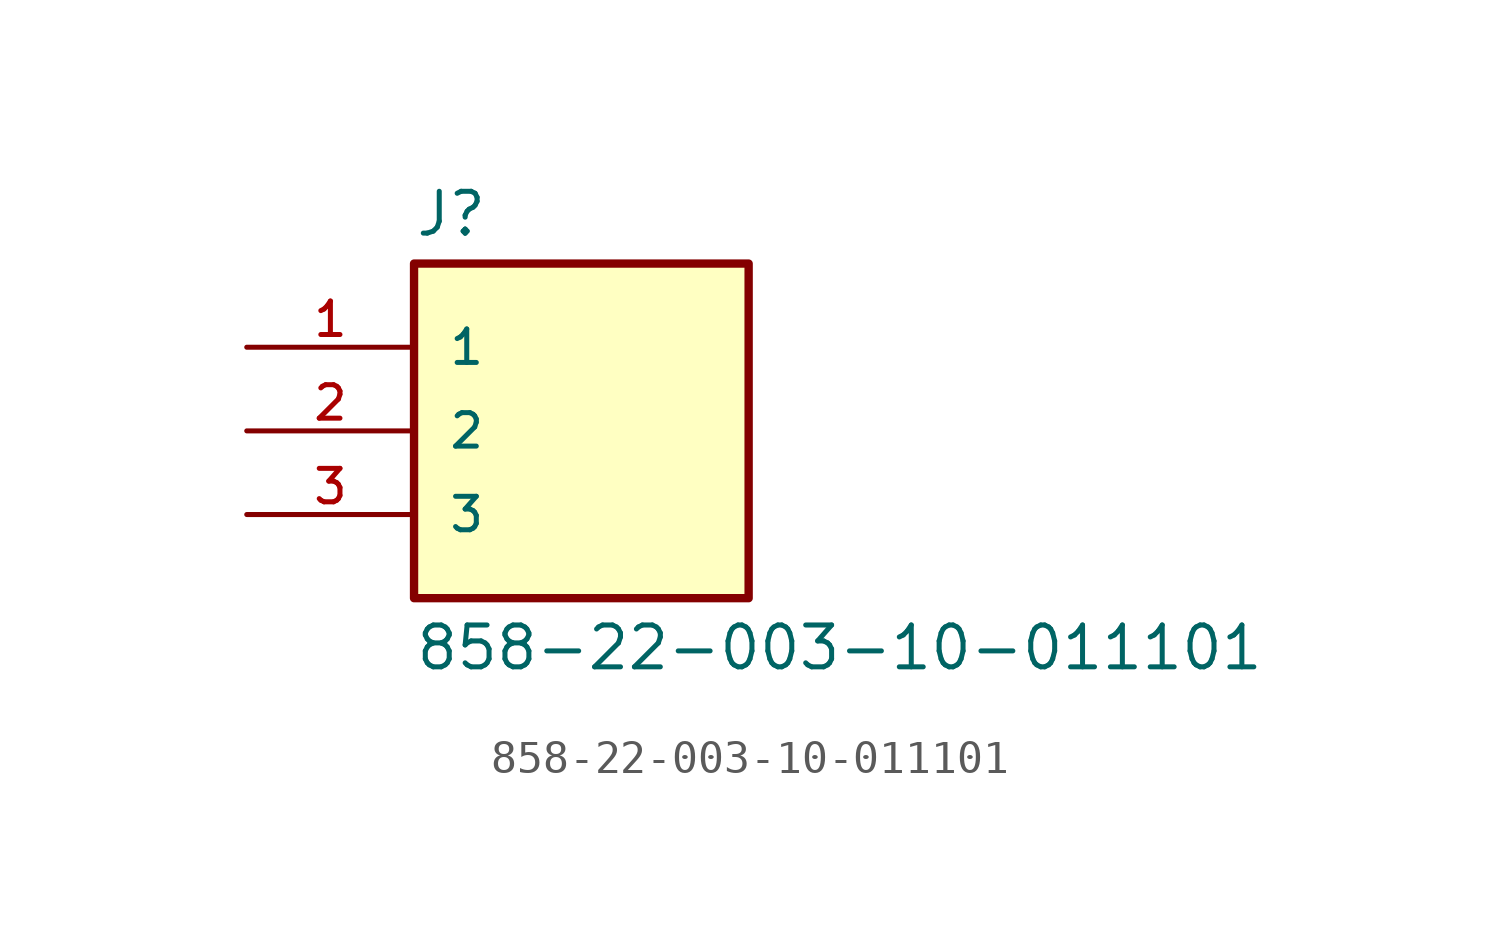
<source format=kicad_sym>
(kicad_symbol_lib
  (version 20211014)
  (generator kicad_symbol_editor)
  (symbol "858-22-003-10-011101"
    (pin_names
      (offset 1.016))
    (property "Reference" "J"
      (at -5.08 5.842 0)
      (effects (font (size 1.27 1.27)) (justify bottom left)))
    (property "Value" "858-22-003-10-011101"
      (at -5.08 -5.842 0)
      (effects (font (size 1.27 1.27)) (justify top left)))
    (symbol "858-22-003-10-011101_0_0"
      (rectangle (start -5.08 -5.08) (end 5.08 5.08) (stroke (width 0.254)) (fill (type background)))
      (pin passive line (at -10.16 2.54 0) (length 5.08) (name "1" (effects (font (size 1.016 1.016)))) (number "1" (effects (font (size 1.016 1.016)))))
      (pin passive line (at -10.16 0.0 0) (length 5.08) (name "2" (effects (font (size 1.016 1.016)))) (number "2" (effects (font (size 1.016 1.016)))))
      (pin passive line (at -10.16 -2.54 0) (length 5.08) (name "3" (effects (font (size 1.016 1.016)))) (number "3" (effects (font (size 1.016 1.016))))))))
</source>
